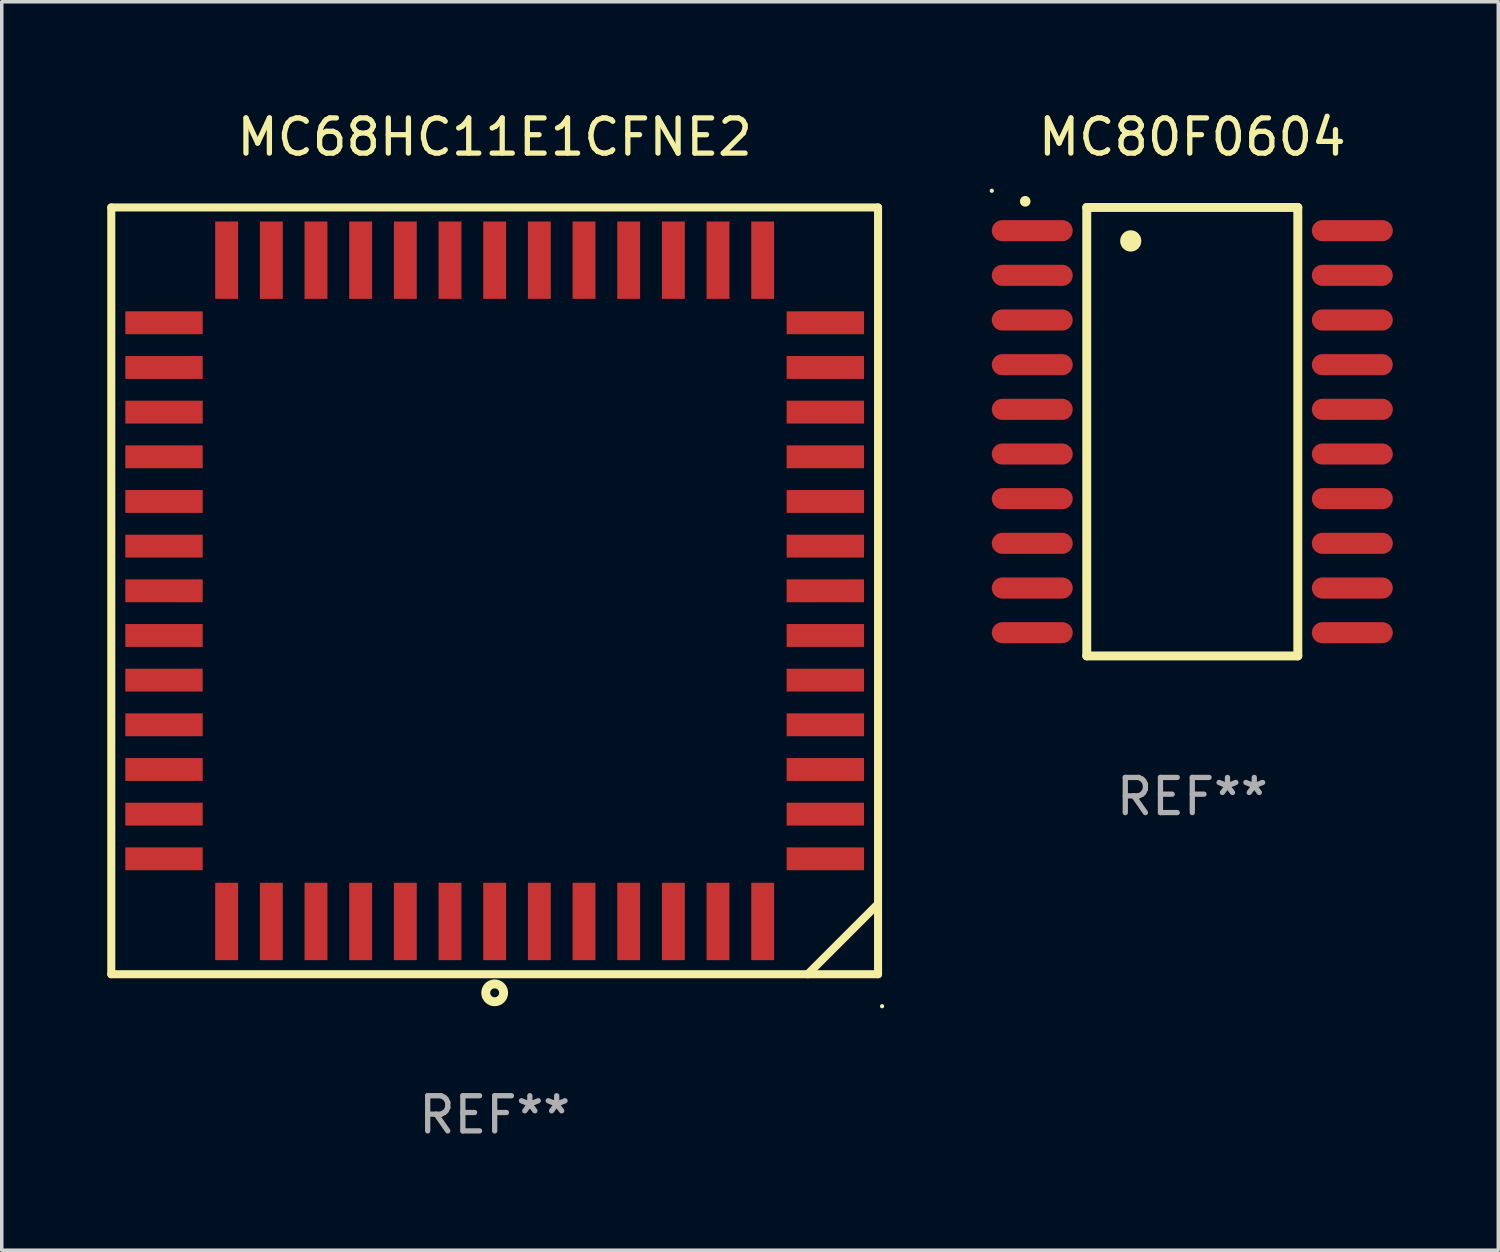
<source format=kicad_pcb>
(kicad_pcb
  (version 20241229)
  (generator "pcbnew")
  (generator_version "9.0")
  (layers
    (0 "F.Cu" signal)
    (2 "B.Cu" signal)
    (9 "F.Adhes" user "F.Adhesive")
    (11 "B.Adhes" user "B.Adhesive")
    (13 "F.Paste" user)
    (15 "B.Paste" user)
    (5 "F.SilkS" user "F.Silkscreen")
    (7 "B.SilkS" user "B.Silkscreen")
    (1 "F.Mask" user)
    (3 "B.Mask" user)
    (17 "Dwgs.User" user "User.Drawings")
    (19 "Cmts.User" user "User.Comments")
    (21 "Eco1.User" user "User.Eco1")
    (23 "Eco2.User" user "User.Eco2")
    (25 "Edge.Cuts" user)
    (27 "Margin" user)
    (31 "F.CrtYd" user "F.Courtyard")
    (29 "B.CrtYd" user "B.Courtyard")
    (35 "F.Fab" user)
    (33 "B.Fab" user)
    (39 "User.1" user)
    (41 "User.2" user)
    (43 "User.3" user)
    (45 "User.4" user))
  (footprint "MC80F0604"
    (layer "F.Cu")
    (at 30.848 9.223)
    (property "Reference" "MC80F0604" (at 0 -8.375 0) (layer "F.SilkS") (effects (font (size 1 1) (thickness 0.15))))
    (attr through_hole)
    (fp_line (start -3 -6.375) (end 3 -6.375) (stroke (width 0.254) (type solid)) (layer "F.SilkS"))
    (fp_line (start -3 6.375) (end -3 -6.375) (stroke (width 0.254) (type solid)) (layer "F.SilkS"))
    (fp_line (start 3 -6.375) (end 3 6.375) (stroke (width 0.254) (type solid)) (layer "F.SilkS"))
    (fp_line (start 3 6.375) (end -3 6.375) (stroke (width 0.254) (type solid)) (layer "F.SilkS"))
    (fp_arc (start -4.749809 -6.548133) (mid -4.749814 -6.549403) (end -4.749809 -6.550673) (stroke (width 0.3) (type solid)) (layer "F.SilkS"))
    (fp_arc (start -1.750064 -5.420371) (mid -1.750075 -5.422911) (end -1.750064 -5.425451) (stroke (width 0.6) (type solid)) (layer "F.SilkS"))
    (fp_circle (center -5.7 -6.849) (end -5.67 -6.849) (stroke (width 0.06) (type solid)) (fill no) (layer "F.SilkS"))
    (fp_text user "REF**" (at 0 10.375 0) (layer "F.Fab") (effects (font (size 1 1) (thickness 0.15))))
    (pad "1" smd oval (at -4.55 -5.715 90) (size 0.6 2.3) (layers "F.Cu" "F.Mask" "F.Paste"))
    (pad "2" smd oval (at -4.55 -4.445 90) (size 0.6 2.3) (layers "F.Cu" "F.Mask" "F.Paste"))
    (pad "3" smd oval (at -4.55 -3.175 90) (size 0.6 2.3) (layers "F.Cu" "F.Mask" "F.Paste"))
    (pad "4" smd oval (at -4.55 -1.905 90) (size 0.6 2.3) (layers "F.Cu" "F.Mask" "F.Paste"))
    (pad "5" smd oval (at -4.55 -0.635 90) (size 0.6 2.3) (layers "F.Cu" "F.Mask" "F.Paste"))
    (pad "6" smd oval (at -4.55 0.635 90) (size 0.6 2.3) (layers "F.Cu" "F.Mask" "F.Paste"))
    (pad "7" smd oval (at -4.55 1.905 90) (size 0.6 2.3) (layers "F.Cu" "F.Mask" "F.Paste"))
    (pad "8" smd oval (at -4.55 3.175 90) (size 0.6 2.3) (layers "F.Cu" "F.Mask" "F.Paste"))
    (pad "9" smd oval (at -4.55 4.445 90) (size 0.6 2.3) (layers "F.Cu" "F.Mask" "F.Paste"))
    (pad "10" smd oval (at -4.55 5.715 90) (size 0.6 2.3) (layers "F.Cu" "F.Mask" "F.Paste"))
    (pad "11" smd oval (at 4.55 5.715 90) (size 0.6 2.3) (layers "F.Cu" "F.Mask" "F.Paste"))
    (pad "12" smd oval (at 4.55 4.445 90) (size 0.6 2.3) (layers "F.Cu" "F.Mask" "F.Paste"))
    (pad "13" smd oval (at 4.55 3.175 90) (size 0.6 2.3) (layers "F.Cu" "F.Mask" "F.Paste"))
    (pad "14" smd oval (at 4.55 1.905 90) (size 0.6 2.3) (layers "F.Cu" "F.Mask" "F.Paste"))
    (pad "15" smd oval (at 4.55 0.635 90) (size 0.6 2.3) (layers "F.Cu" "F.Mask" "F.Paste"))
    (pad "16" smd oval (at 4.55 -0.635 90) (size 0.6 2.3) (layers "F.Cu" "F.Mask" "F.Paste"))
    (pad "17" smd oval (at 4.55 -1.905 90) (size 0.6 2.3) (layers "F.Cu" "F.Mask" "F.Paste"))
    (pad "18" smd oval (at 4.55 -3.175 90) (size 0.6 2.3) (layers "F.Cu" "F.Mask" "F.Paste"))
    (pad "19" smd oval (at 4.55 -4.445 90) (size 0.6 2.3) (layers "F.Cu" "F.Mask" "F.Paste"))
    (pad "20" smd oval (at 4.55 -5.715 90) (size 0.6 2.3) (layers "F.Cu" "F.Mask" "F.Paste")))
  (footprint "MC68HC11E1CFNE2"
    (layer "F.Cu")
    (at 11.014 13.748)
    (property "Reference" "MC68HC11E1CFNE2" (at 0 -12.9 0) (layer "F.SilkS") (effects (font (size 1 1) (thickness 0.15))))
    (attr through_hole)
    (fp_line (start -10.9 -10.9) (end -10.9 10.9) (stroke (width 0.229) (type solid)) (layer "F.SilkS"))
    (fp_line (start -10.9 10.9) (end 10.9 10.9) (stroke (width 0.229) (type solid)) (layer "F.SilkS"))
    (fp_line (start 8.9 10.9) (end 10.9 8.9) (stroke (width 0.229) (type solid)) (layer "F.SilkS"))
    (fp_line (start 10.9 -10.9) (end -10.9 -10.9) (stroke (width 0.229) (type solid)) (layer "F.SilkS"))
    (fp_line (start 10.9 10.9) (end 10.9 -10.9) (stroke (width 0.229) (type solid)) (layer "F.SilkS"))
    (fp_circle (center 0 11.429) (end 0.254 11.429) (stroke (width 0.254) (type solid)) (fill no) (layer "F.SilkS"))
    (fp_circle (center 11.014 11.81) (end 11.044 11.81) (stroke (width 0.06) (type solid)) (fill no) (layer "F.SilkS"))
    (fp_text user "REF**" (at 0 14.9 0) (layer "F.Fab") (effects (font (size 1 1) (thickness 0.15))))
    (pad "1" smd rect (at 0 9.4) (size 0.65 2.2) (layers "F.Cu" "F.Mask" "F.Paste"))
    (pad "2" smd rect (at 1.27 9.4) (size 0.65 2.2) (layers "F.Cu" "F.Mask" "F.Paste"))
    (pad "3" smd rect (at 2.54 9.4) (size 0.65 2.2) (layers "F.Cu" "F.Mask" "F.Paste"))
    (pad "4" smd rect (at 3.81 9.4) (size 0.65 2.2) (layers "F.Cu" "F.Mask" "F.Paste"))
    (pad "5" smd rect (at 5.08 9.4) (size 0.65 2.2) (layers "F.Cu" "F.Mask" "F.Paste"))
    (pad "6" smd rect (at 6.35 9.4) (size 0.65 2.2) (layers "F.Cu" "F.Mask" "F.Paste"))
    (pad "7" smd rect (at 7.62 9.4) (size 0.65 2.2) (layers "F.Cu" "F.Mask" "F.Paste"))
    (pad "8" smd rect (at 9.401 7.619) (size 2.2 0.65) (layers "F.Cu" "F.Mask" "F.Paste"))
    (pad "9" smd rect (at 9.401 6.349) (size 2.2 0.65) (layers "F.Cu" "F.Mask" "F.Paste"))
    (pad "10" smd rect (at 9.401 5.079) (size 2.2 0.65) (layers "F.Cu" "F.Mask" "F.Paste"))
    (pad "11" smd rect (at 9.401 3.809) (size 2.2 0.65) (layers "F.Cu" "F.Mask" "F.Paste"))
    (pad "12" smd rect (at 9.401 2.539) (size 2.2 0.65) (layers "F.Cu" "F.Mask" "F.Paste"))
    (pad "13" smd rect (at 9.401 1.269) (size 2.2 0.65) (layers "F.Cu" "F.Mask" "F.Paste"))
    (pad "14" smd rect (at 9.401 -0.001) (size 2.2 0.65) (layers "F.Cu" "F.Mask" "F.Paste"))
    (pad "15" smd rect (at 9.401 -1.271) (size 2.2 0.65) (layers "F.Cu" "F.Mask" "F.Paste"))
    (pad "16" smd rect (at 9.401 -2.541) (size 2.2 0.65) (layers "F.Cu" "F.Mask" "F.Paste"))
    (pad "17" smd rect (at 9.401 -3.811) (size 2.2 0.65) (layers "F.Cu" "F.Mask" "F.Paste"))
    (pad "18" smd rect (at 9.401 -5.081) (size 2.2 0.65) (layers "F.Cu" "F.Mask" "F.Paste"))
    (pad "19" smd rect (at 9.401 -6.351) (size 2.2 0.65) (layers "F.Cu" "F.Mask" "F.Paste"))
    (pad "20" smd rect (at 9.401 -7.621) (size 2.2 0.65) (layers "F.Cu" "F.Mask" "F.Paste"))
    (pad "21" smd rect (at 7.62 -9.401) (size 0.65 2.2) (layers "F.Cu" "F.Mask" "F.Paste"))
    (pad "22" smd rect (at 6.35 -9.401) (size 0.65 2.2) (layers "F.Cu" "F.Mask" "F.Paste"))
    (pad "23" smd rect (at 5.08 -9.401) (size 0.65 2.2) (layers "F.Cu" "F.Mask" "F.Paste"))
    (pad "24" smd rect (at 3.81 -9.401) (size 0.65 2.2) (layers "F.Cu" "F.Mask" "F.Paste"))
    (pad "25" smd rect (at 2.54 -9.401) (size 0.65 2.2) (layers "F.Cu" "F.Mask" "F.Paste"))
    (pad "26" smd rect (at 1.27 -9.401) (size 0.65 2.2) (layers "F.Cu" "F.Mask" "F.Paste"))
    (pad "27" smd rect (at 0 -9.401) (size 0.65 2.2) (layers "F.Cu" "F.Mask" "F.Paste"))
    (pad "28" smd rect (at -1.27 -9.401) (size 0.65 2.2) (layers "F.Cu" "F.Mask" "F.Paste"))
    (pad "29" smd rect (at -2.54 -9.401) (size 0.65 2.2) (layers "F.Cu" "F.Mask" "F.Paste"))
    (pad "30" smd rect (at -3.81 -9.401) (size 0.65 2.2) (layers "F.Cu" "F.Mask" "F.Paste"))
    (pad "31" smd rect (at -5.08 -9.401) (size 0.65 2.2) (layers "F.Cu" "F.Mask" "F.Paste"))
    (pad "32" smd rect (at -6.35 -9.401) (size 0.65 2.2) (layers "F.Cu" "F.Mask" "F.Paste"))
    (pad "33" smd rect (at -7.62 -9.401) (size 0.65 2.2) (layers "F.Cu" "F.Mask" "F.Paste"))
    (pad "34" smd rect (at -9.401 -7.621) (size 2.2 0.65) (layers "F.Cu" "F.Mask" "F.Paste"))
    (pad "35" smd rect (at -9.401 -6.351) (size 2.2 0.65) (layers "F.Cu" "F.Mask" "F.Paste"))
    (pad "36" smd rect (at -9.401 -5.081) (size 2.2 0.65) (layers "F.Cu" "F.Mask" "F.Paste"))
    (pad "37" smd rect (at -9.401 -3.811) (size 2.2 0.65) (layers "F.Cu" "F.Mask" "F.Paste"))
    (pad "38" smd rect (at -9.401 -2.541) (size 2.2 0.65) (layers "F.Cu" "F.Mask" "F.Paste"))
    (pad "39" smd rect (at -9.401 -1.271) (size 2.2 0.65) (layers "F.Cu" "F.Mask" "F.Paste"))
    (pad "40" smd rect (at -9.401 -0.001) (size 2.2 0.65) (layers "F.Cu" "F.Mask" "F.Paste"))
    (pad "41" smd rect (at -9.401 1.269) (size 2.2 0.65) (layers "F.Cu" "F.Mask" "F.Paste"))
    (pad "42" smd rect (at -9.401 2.539) (size 2.2 0.65) (layers "F.Cu" "F.Mask" "F.Paste"))
    (pad "43" smd rect (at -9.401 3.809) (size 2.2 0.65) (layers "F.Cu" "F.Mask" "F.Paste"))
    (pad "44" smd rect (at -9.401 5.079) (size 2.2 0.65) (layers "F.Cu" "F.Mask" "F.Paste"))
    (pad "45" smd rect (at -9.401 6.349) (size 2.2 0.65) (layers "F.Cu" "F.Mask" "F.Paste"))
    (pad "46" smd rect (at -9.401 7.619) (size 2.2 0.65) (layers "F.Cu" "F.Mask" "F.Paste"))
    (pad "47" smd rect (at -7.62 9.4) (size 0.65 2.2) (layers "F.Cu" "F.Mask" "F.Paste"))
    (pad "48" smd rect (at -6.35 9.4) (size 0.65 2.2) (layers "F.Cu" "F.Mask" "F.Paste"))
    (pad "49" smd rect (at -5.08 9.4) (size 0.65 2.2) (layers "F.Cu" "F.Mask" "F.Paste"))
    (pad "50" smd rect (at -3.81 9.4) (size 0.65 2.2) (layers "F.Cu" "F.Mask" "F.Paste"))
    (pad "51" smd rect (at -2.54 9.4) (size 0.65 2.2) (layers "F.Cu" "F.Mask" "F.Paste"))
    (pad "52" smd rect (at -1.27 9.4) (size 0.65 2.2) (layers "F.Cu" "F.Mask" "F.Paste")))
  (gr_rect
    (start -3 -3)
    (end 39.548 32.496)
    (stroke (width 0.1) (type default))
    (fill no)
    (layer "Edge.Cuts")))
</source>
